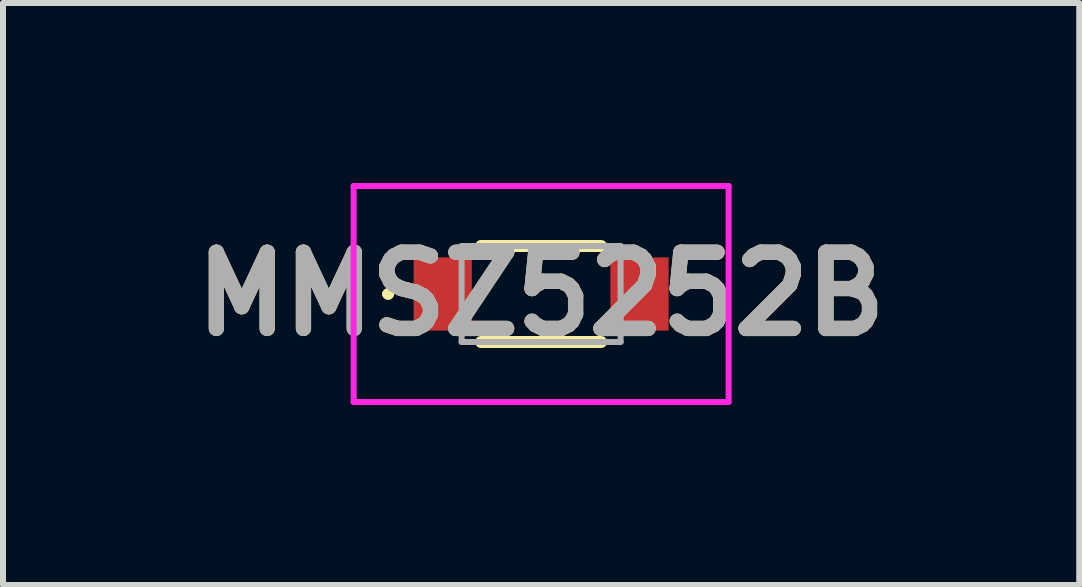
<source format=kicad_pcb>
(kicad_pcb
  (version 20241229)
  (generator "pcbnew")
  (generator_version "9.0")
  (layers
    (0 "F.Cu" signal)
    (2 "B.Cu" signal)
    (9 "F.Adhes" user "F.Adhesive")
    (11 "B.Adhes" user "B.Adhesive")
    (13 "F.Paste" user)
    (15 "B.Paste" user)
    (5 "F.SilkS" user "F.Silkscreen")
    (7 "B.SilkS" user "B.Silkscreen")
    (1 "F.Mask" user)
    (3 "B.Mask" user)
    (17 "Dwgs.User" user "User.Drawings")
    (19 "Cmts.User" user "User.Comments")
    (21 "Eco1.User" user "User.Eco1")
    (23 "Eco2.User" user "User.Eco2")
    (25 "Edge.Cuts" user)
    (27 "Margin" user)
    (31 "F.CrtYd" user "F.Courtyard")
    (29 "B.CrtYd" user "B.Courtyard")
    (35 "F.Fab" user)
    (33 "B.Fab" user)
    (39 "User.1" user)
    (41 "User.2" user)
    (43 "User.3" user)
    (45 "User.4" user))
  (footprint "MMSZ5252B"
    (layer "F.Cu")
    (at 5.969 1.85)
    (property "Reference" "MMSZ5252B" (at 0 0 0) (layer "F.SilkS") (effects (font (size 1.27 1.27) (thickness 0.254))))
    (attr smd)
    (fp_line (start -2.6 0) (end -2.6 0) (stroke (width 0.1) (type solid)) (layer "F.SilkS"))
    (fp_line (start -2.5 0) (end -2.5 0) (stroke (width 0.1) (type solid)) (layer "F.SilkS"))
    (fp_line (start -1 -0.8) (end 1 -0.8) (stroke (width 0.2) (type solid)) (layer "F.SilkS"))
    (fp_line (start -1 0.8) (end 1 0.8) (stroke (width 0.2) (type solid)) (layer "F.SilkS"))
    (fp_arc (start -2.6 0) (mid -2.55 -0.05) (end -2.5 0) (stroke (width 0.1) (type solid)) (layer "F.SilkS"))
    (fp_arc (start -2.5 0) (mid -2.55 0.05) (end -2.6 0) (stroke (width 0.1) (type solid)) (layer "F.SilkS"))
    (fp_line (start -3.125 -1.8) (end 3.125 -1.8) (stroke (width 0.1) (type solid)) (layer "F.CrtYd"))
    (fp_line (start -3.125 1.8) (end -3.125 -1.8) (stroke (width 0.1) (type solid)) (layer "F.CrtYd"))
    (fp_line (start 3.125 -1.8) (end 3.125 1.8) (stroke (width 0.1) (type solid)) (layer "F.CrtYd"))
    (fp_line (start 3.125 1.8) (end -3.125 1.8) (stroke (width 0.1) (type solid)) (layer "F.CrtYd"))
    (fp_line (start -1.325 -0.8) (end 1.325 -0.8) (stroke (width 0.1) (type solid)) (layer "F.Fab"))
    (fp_line (start -1.325 0.8) (end -1.325 -0.8) (stroke (width 0.1) (type solid)) (layer "F.Fab"))
    (fp_line (start 1.325 -0.8) (end 1.325 0.8) (stroke (width 0.1) (type solid)) (layer "F.Fab"))
    (fp_line (start 1.325 0.8) (end -1.325 0.8) (stroke (width 0.1) (type solid)) (layer "F.Fab"))
    (fp_text user "${REFERENCE}" (at 0 0 0) (layer "F.Fab") (effects (font (size 1.27 1.27) (thickness 0.254))))
    (pad "1" smd rect (at -1.64 0) (size 0.97 1.22) (layers "F.Cu" "F.Mask" "F.Paste"))
    (pad "2" smd rect (at 1.64 0) (size 0.97 1.22) (layers "F.Cu" "F.Mask" "F.Paste")))
  (gr_rect
    (start -3 -3)
    (end 14.938 6.7)
    (stroke (width 0.1) (type default))
    (fill no)
    (layer "Edge.Cuts")))
</source>
